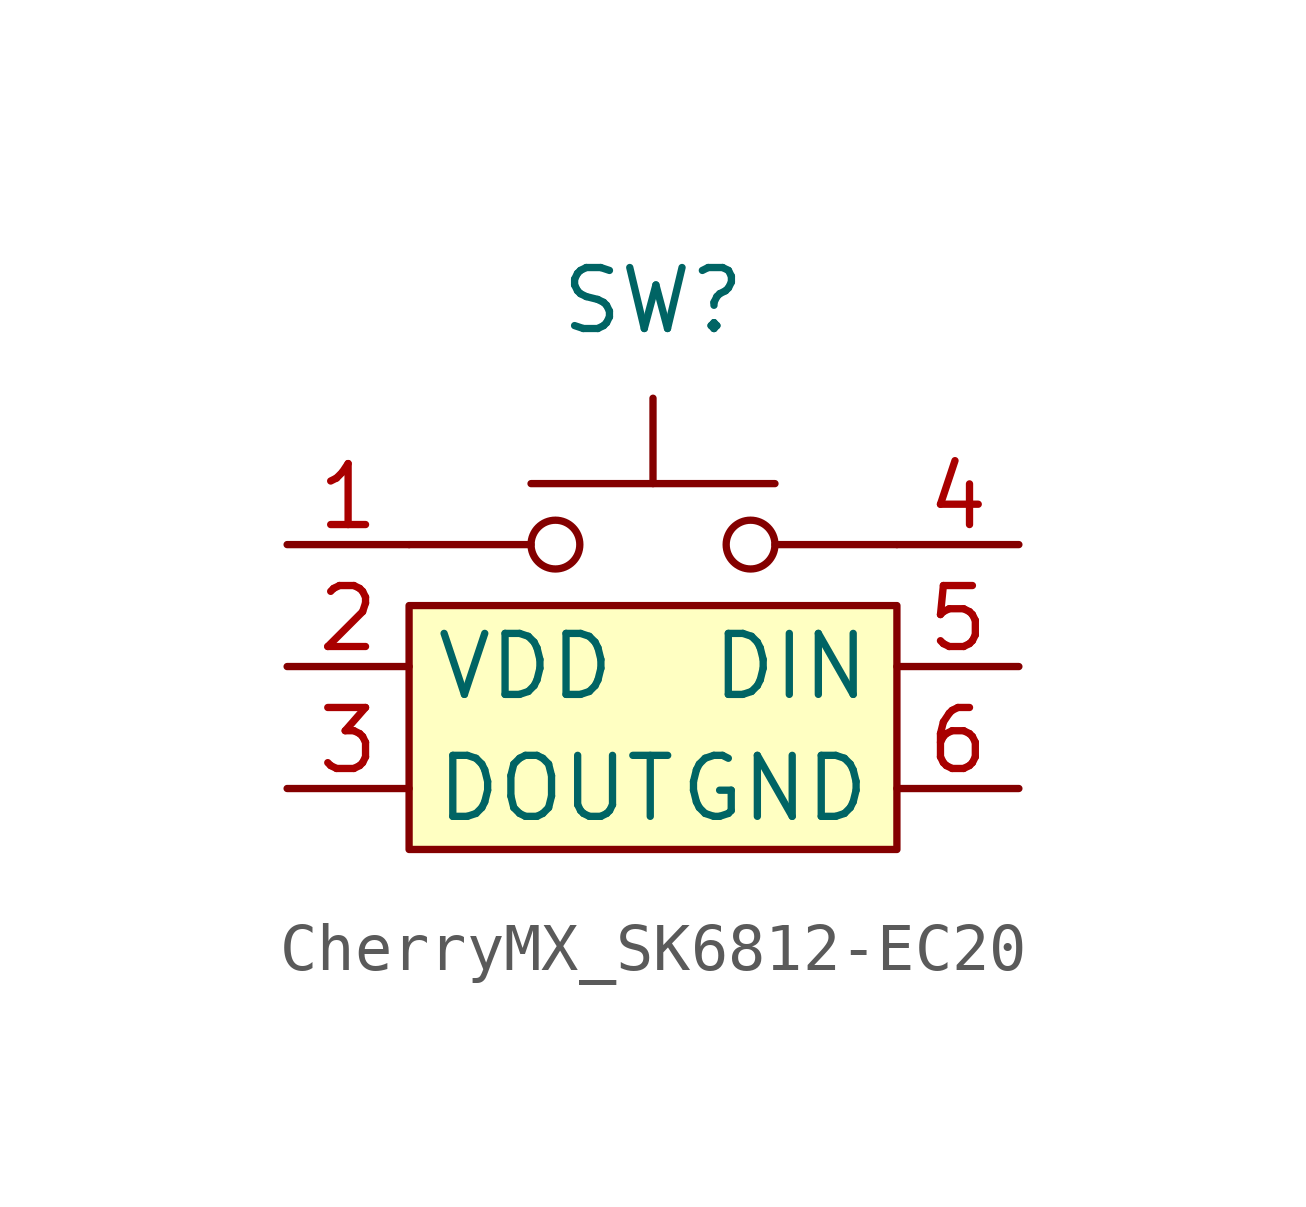
<source format=kicad_sym>
(kicad_symbol_lib
  (version 20220914)
  (generator kicad_symbol_editor)
  (symbol "CherryMX_SK6812-EC20"
    (property "Reference" "SW"
      (at 0 0 0)
      (effects (font (size 1.27 1.27))))
    (property "Value" ""
      (at 0 0 0)
      (effects (font (size 1.27 1.27))))
    (symbol "CherryMX_SK6812-EC20_0_1"
      (rectangle (start -5.08 -6.35) (end 5.08 -11.43) (stroke (width 0) (type solid)) (fill (type background)))
      (polyline (pts (xy -5.08 -5.08) (xy -2.54 -5.08)) (stroke (width 0) (type solid)) (fill (type none)))
      (polyline (pts (xy 2.54 -5.08) (xy 5.08 -5.08)) (stroke (width 0) (type solid)) (fill (type none))))
    (symbol "CherryMX_SK6812-EC20_1_1"
      (circle (center -2.032 -5.08) (radius 0.508) (stroke (width 0) (type solid)) (fill (type none)))
      (polyline (pts (xy 0 -3.81) (xy 0 -2.032)) (stroke (width 0) (type solid)) (fill (type none)))
      (polyline (pts (xy 2.54 -3.81) (xy -2.54 -3.81)) (stroke (width 0) (type solid)) (fill (type none)))
      (circle (center 2.032 -5.08) (radius 0.508) (stroke (width 0) (type solid)) (fill (type none)))
      (pin passive line (at -7.62 -5.08 0) (length 2.54) (name "~" (effects (font (size 1.27 1.27)))) (number "1" (effects (font (size 1.27 1.27)))))
      (pin power_in line (at -7.62 -7.62 0) (length 2.54) (name "VDD" (effects (font (size 1.27 1.27)))) (number "2" (effects (font (size 1.27 1.27)))))
      (pin output line (at -7.62 -10.16 0) (length 2.54) (name "DOUT" (effects (font (size 1.27 1.27)))) (number "3" (effects (font (size 1.27 1.27)))))
      (pin passive line (at 7.62 -5.08 180) (length 2.54) (name "~" (effects (font (size 1.27 1.27)))) (number "4" (effects (font (size 1.27 1.27)))))
      (pin input line (at 7.62 -7.62 180) (length 2.54) (name "DIN" (effects (font (size 1.27 1.27)))) (number "5" (effects (font (size 1.27 1.27)))))
      (pin power_in line (at 7.62 -10.16 180) (length 2.54) (name "GND" (effects (font (size 1.27 1.27)))) (number "6" (effects (font (size 1.27 1.27))))))))
</source>
